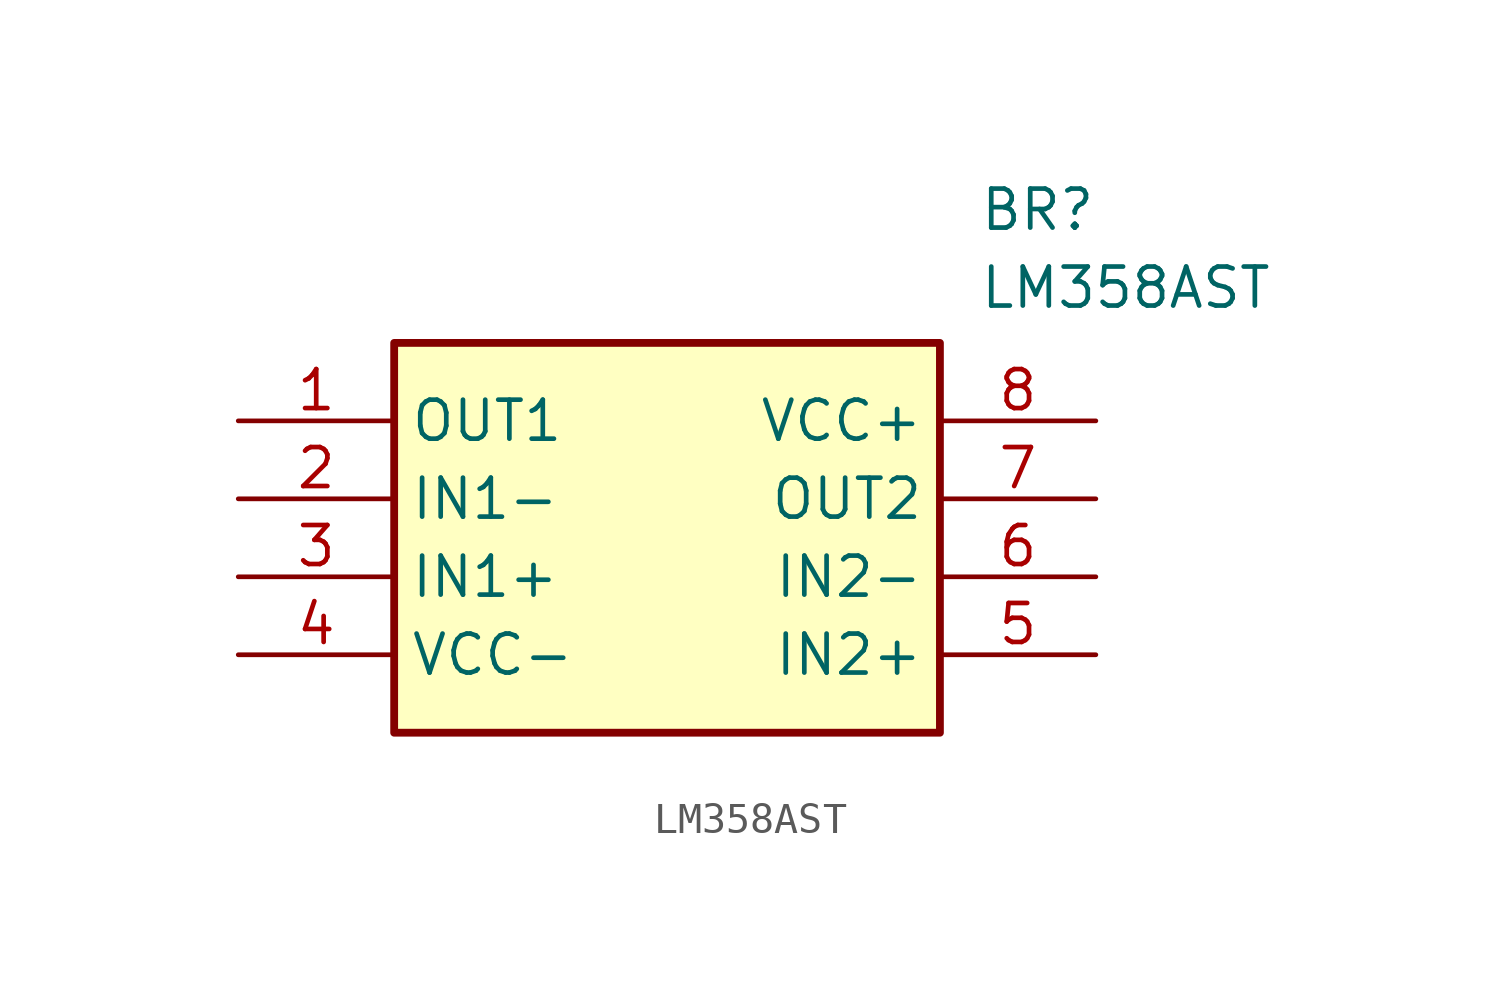
<source format=kicad_sym>
(kicad_symbol_lib
  (version 20211014)
  (generator SamacSys_ECAD_Model)
  (symbol "LM358AST"
    (property "Reference" "BR"
      (at 24.13 7.62 0)
      (effects (font (size 1.27 1.27)) (justify left top)))
    (property "Value" "LM358AST"
      (at 24.13 5.08 0)
      (effects (font (size 1.27 1.27)) (justify left top)))
    (rectangle
      (start 5.08 2.54)
      (end 22.86 -10.16)
      (stroke (width 0.254) (type default))
      (fill (type background)))
    (pin passive line
      (at 0 0 0)
      (length 5.08)
      (name "OUT1" (effects (font (size 1.27 1.27))))
      (number "1" (effects (font (size 1.27 1.27)))))
    (pin passive line
      (at 0 -2.54 0)
      (length 5.08)
      (name "IN1-" (effects (font (size 1.27 1.27))))
      (number "2" (effects (font (size 1.27 1.27)))))
    (pin passive line
      (at 0 -5.08 0)
      (length 5.08)
      (name "IN1+" (effects (font (size 1.27 1.27))))
      (number "3" (effects (font (size 1.27 1.27)))))
    (pin passive line
      (at 0 -7.62 0)
      (length 5.08)
      (name "VCC-" (effects (font (size 1.27 1.27))))
      (number "4" (effects (font (size 1.27 1.27)))))
    (pin passive line
      (at 27.94 0 180)
      (length 5.08)
      (name "VCC+" (effects (font (size 1.27 1.27))))
      (number "8" (effects (font (size 1.27 1.27)))))
    (pin passive line
      (at 27.94 -2.54 180)
      (length 5.08)
      (name "OUT2" (effects (font (size 1.27 1.27))))
      (number "7" (effects (font (size 1.27 1.27)))))
    (pin passive line
      (at 27.94 -5.08 180)
      (length 5.08)
      (name "IN2-" (effects (font (size 1.27 1.27))))
      (number "6" (effects (font (size 1.27 1.27)))))
    (pin passive line
      (at 27.94 -7.62 180)
      (length 5.08)
      (name "IN2+" (effects (font (size 1.27 1.27))))
      (number "5" (effects (font (size 1.27 1.27)))))))
</source>
